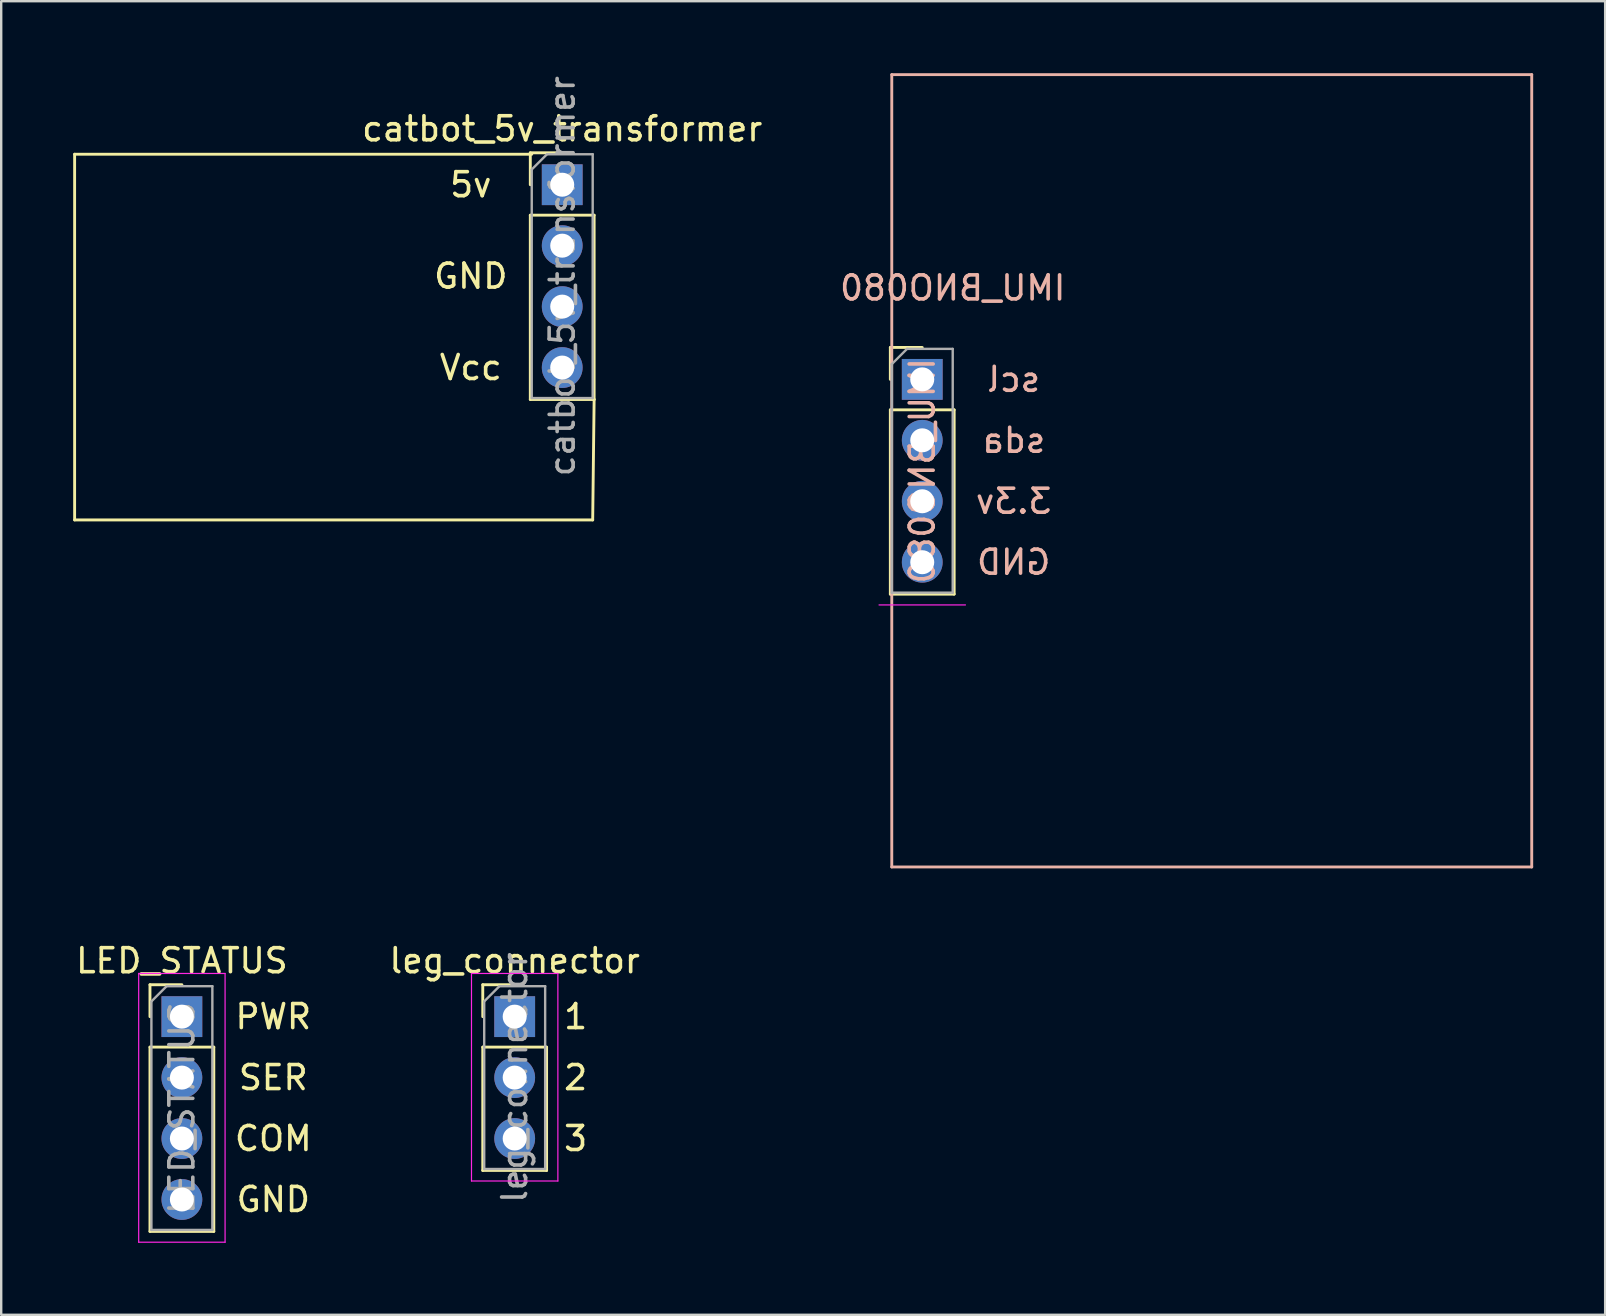
<source format=kicad_pcb>
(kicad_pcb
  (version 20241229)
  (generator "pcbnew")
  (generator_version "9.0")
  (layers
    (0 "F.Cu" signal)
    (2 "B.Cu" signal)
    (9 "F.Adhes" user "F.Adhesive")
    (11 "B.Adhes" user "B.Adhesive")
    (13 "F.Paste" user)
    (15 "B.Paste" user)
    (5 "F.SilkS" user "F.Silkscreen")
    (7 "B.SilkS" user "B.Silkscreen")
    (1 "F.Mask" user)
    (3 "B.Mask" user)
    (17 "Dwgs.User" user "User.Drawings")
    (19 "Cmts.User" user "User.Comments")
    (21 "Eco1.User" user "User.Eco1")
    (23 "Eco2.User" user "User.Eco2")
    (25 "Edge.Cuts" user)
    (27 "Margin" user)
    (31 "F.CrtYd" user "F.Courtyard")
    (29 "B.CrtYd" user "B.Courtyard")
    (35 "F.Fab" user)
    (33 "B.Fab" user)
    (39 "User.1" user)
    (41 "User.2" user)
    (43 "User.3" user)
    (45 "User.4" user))
  (footprint "LED_STATUS"
    (layer "F.Cu")
    (at 4.53 39.318)
    (property "Reference" "LED_STATUS" (at 0 -2.33 0) (layer "F.SilkS") (effects (font (size 1 1) (thickness 0.15))))
    (attr through_hole)
    (fp_line (start -1.33 -1.33) (end 0 -1.33) (stroke (width 0.12) (type solid)) (layer "F.SilkS"))
    (fp_line (start -1.33 0) (end -1.33 -1.33) (stroke (width 0.12) (type solid)) (layer "F.SilkS"))
    (fp_line (start -1.33 1.27) (end -1.33 8.95) (stroke (width 0.12) (type solid)) (layer "F.SilkS"))
    (fp_line (start -1.33 1.27) (end 1.33 1.27) (stroke (width 0.12) (type solid)) (layer "F.SilkS"))
    (fp_line (start -1.33 8.95) (end 1.33 8.95) (stroke (width 0.12) (type solid)) (layer "F.SilkS"))
    (fp_line (start 1.33 1.27) (end 1.33 8.95) (stroke (width 0.12) (type solid)) (layer "F.SilkS"))
    (fp_line (start -1.8 -1.8) (end -1.8 9.4) (stroke (width 0.05) (type solid)) (layer "F.CrtYd"))
    (fp_line (start -1.8 9.4) (end 1.8 9.4) (stroke (width 0.05) (type solid)) (layer "F.CrtYd"))
    (fp_line (start 1.8 -1.8) (end -1.8 -1.8) (stroke (width 0.05) (type solid)) (layer "F.CrtYd"))
    (fp_line (start 1.8 9.4) (end 1.8 -1.8) (stroke (width 0.05) (type solid)) (layer "F.CrtYd"))
    (fp_line (start -1.27 -0.635) (end -0.635 -1.27) (stroke (width 0.1) (type solid)) (layer "F.Fab"))
    (fp_line (start -1.27 8.89) (end -1.27 -0.635) (stroke (width 0.1) (type solid)) (layer "F.Fab"))
    (fp_line (start -0.635 -1.27) (end 1.27 -1.27) (stroke (width 0.1) (type solid)) (layer "F.Fab"))
    (fp_line (start 1.27 -1.27) (end 1.27 8.89) (stroke (width 0.1) (type solid)) (layer "F.Fab"))
    (fp_line (start 1.27 8.89) (end -1.27 8.89) (stroke (width 0.1) (type solid)) (layer "F.Fab"))
    (fp_text user "SER" (at 3.81 2.54 0) (layer "F.SilkS") (effects (font (size 1 1) (thickness 0.15))))
    (fp_text user "COM" (at 3.81 5.08 0) (layer "F.SilkS") (effects (font (size 1 1) (thickness 0.15))))
    (fp_text user "PWR" (at 3.81 0 0) (layer "F.SilkS") (effects (font (size 1 1) (thickness 0.15))))
    (fp_text user "GND" (at 3.81 7.62 0) (layer "F.SilkS") (effects (font (size 1 1) (thickness 0.15))))
    (fp_text user "${REFERENCE}" (at 0 3.81 90) (layer "F.Fab") (effects (font (size 1 1) (thickness 0.15))))
    (pad "1" thru_hole rect (at 0 0) (size 1.7 1.7) (drill 1) (layers "*.Cu" "*.Mask"))
    (pad "2" thru_hole oval (at 0 2.54) (size 1.7 1.7) (drill 1) (layers "*.Cu" "*.Mask"))
    (pad "3" thru_hole oval (at 0 5.08) (size 1.7 1.7) (drill 1) (layers "*.Cu" "*.Mask"))
    (pad "4" thru_hole oval (at 0 7.62) (size 1.7 1.7) (drill 1) (layers "*.Cu" "*.Mask")))
  (footprint "IMU_BNO080"
    (layer "F.Cu")
    (at 35.384 12.76)
    (property "Reference" "IMU_BNO080" (at 1.27 -3.81 0) (layer "B.SilkS") (effects (font (size 1 1) (thickness 0.15)) (justify mirror)))
    (attr through_hole)
    (fp_line (start -1.33 -1.33) (end 0 -1.33) (stroke (width 0.12) (type solid)) (layer "F.SilkS"))
    (fp_line (start -1.33 0) (end -1.33 -1.33) (stroke (width 0.12) (type solid)) (layer "F.SilkS"))
    (fp_line (start -1.33 1.27) (end -1.33 8.95) (stroke (width 0.12) (type solid)) (layer "F.SilkS"))
    (fp_line (start -1.33 1.27) (end 1.33 1.27) (stroke (width 0.12) (type solid)) (layer "F.SilkS"))
    (fp_line (start -1.33 8.95) (end 1.33 8.95) (stroke (width 0.12) (type solid)) (layer "F.SilkS"))
    (fp_line (start 1.33 1.27) (end 1.33 8.95) (stroke (width 0.12) (type solid)) (layer "F.SilkS"))
    (fp_line (start -1.27 -12.7) (end -1.27 20.32) (stroke (width 0.12) (type solid)) (layer "B.SilkS"))
    (fp_line (start -1.27 20.32) (end 25.4 20.32) (stroke (width 0.12) (type solid)) (layer "B.SilkS"))
    (fp_line (start 25.4 -12.7) (end -1.27 -12.7) (stroke (width 0.12) (type solid)) (layer "B.SilkS"))
    (fp_line (start 25.4 20.32) (end 25.4 -12.7) (stroke (width 0.12) (type solid)) (layer "B.SilkS"))
    (fp_line (start -1.8 9.4) (end 1.8 9.4) (stroke (width 0.05) (type solid)) (layer "F.CrtYd"))
    (fp_line (start -1.27 -0.635) (end -0.635 -1.27) (stroke (width 0.1) (type solid)) (layer "F.Fab"))
    (fp_line (start -1.27 8.89) (end -1.27 -0.635) (stroke (width 0.1) (type solid)) (layer "F.Fab"))
    (fp_line (start -0.635 -1.27) (end 1.27 -1.27) (stroke (width 0.1) (type solid)) (layer "F.Fab"))
    (fp_line (start 1.27 -1.27) (end 1.27 8.89) (stroke (width 0.1) (type solid)) (layer "F.Fab"))
    (fp_line (start 1.27 8.89) (end -1.27 8.89) (stroke (width 0.1) (type solid)) (layer "F.Fab"))
    (fp_text user "sda" (at 3.81 2.54 0) (layer "B.SilkS") (effects (font (size 1 1) (thickness 0.15)) (justify mirror)))
    (fp_text user "${REFERENCE}" (at 0 3.81 90) (layer "B.SilkS") (effects (font (size 1 1) (thickness 0.15)) (justify mirror)))
    (fp_text user "3.3v" (at 3.81 5.08 0) (layer "B.SilkS") (effects (font (size 1 1) (thickness 0.15)) (justify mirror)))
    (fp_text user "GND" (at 3.81 7.62 0) (layer "B.SilkS") (effects (font (size 1 1) (thickness 0.15)) (justify mirror)))
    (fp_text user "scl" (at 3.81 0 0) (layer "B.SilkS") (effects (font (size 1 1) (thickness 0.15)) (justify mirror)))
    (pad "1" thru_hole rect (at 0 0) (size 1.7 1.7) (drill 1) (layers "*.Cu" "*.Mask"))
    (pad "2" thru_hole oval (at 0 2.54) (size 1.7 1.7) (drill 1) (layers "*.Cu" "*.Mask"))
    (pad "3" thru_hole oval (at 0 5.08) (size 1.7 1.7) (drill 1) (layers "*.Cu" "*.Mask"))
    (pad "4" thru_hole oval (at 0 7.62) (size 1.7 1.7) (drill 1) (layers "*.Cu" "*.Mask")))
  (footprint "leg_connector"
    (layer "F.Cu")
    (at 18.399 39.318)
    (property "Reference" "leg_connector" (at 0 -2.33 0) (layer "F.SilkS") (effects (font (size 1 1) (thickness 0.15))))
    (attr through_hole)
    (fp_line (start -1.33 -1.33) (end 0 -1.33) (stroke (width 0.12) (type solid)) (layer "F.SilkS"))
    (fp_line (start -1.33 0) (end -1.33 -1.33) (stroke (width 0.12) (type solid)) (layer "F.SilkS"))
    (fp_line (start -1.33 1.27) (end -1.33 6.41) (stroke (width 0.12) (type solid)) (layer "F.SilkS"))
    (fp_line (start -1.33 1.27) (end 1.33 1.27) (stroke (width 0.12) (type solid)) (layer "F.SilkS"))
    (fp_line (start -1.33 6.41) (end 1.33 6.41) (stroke (width 0.12) (type solid)) (layer "F.SilkS"))
    (fp_line (start 1.33 1.27) (end 1.33 6.41) (stroke (width 0.12) (type solid)) (layer "F.SilkS"))
    (fp_line (start -1.8 -1.8) (end -1.8 6.85) (stroke (width 0.05) (type solid)) (layer "F.CrtYd"))
    (fp_line (start -1.8 6.85) (end 1.8 6.85) (stroke (width 0.05) (type solid)) (layer "F.CrtYd"))
    (fp_line (start 1.8 -1.8) (end -1.8 -1.8) (stroke (width 0.05) (type solid)) (layer "F.CrtYd"))
    (fp_line (start 1.8 6.85) (end 1.8 -1.8) (stroke (width 0.05) (type solid)) (layer "F.CrtYd"))
    (fp_line (start -1.27 -0.635) (end -0.635 -1.27) (stroke (width 0.1) (type solid)) (layer "F.Fab"))
    (fp_line (start -1.27 6.35) (end -1.27 -0.635) (stroke (width 0.1) (type solid)) (layer "F.Fab"))
    (fp_line (start -0.635 -1.27) (end 1.27 -1.27) (stroke (width 0.1) (type solid)) (layer "F.Fab"))
    (fp_line (start 1.27 -1.27) (end 1.27 6.35) (stroke (width 0.1) (type solid)) (layer "F.Fab"))
    (fp_line (start 1.27 6.35) (end -1.27 6.35) (stroke (width 0.1) (type solid)) (layer "F.Fab"))
    (fp_text user "1" (at 2.54 0 0) (layer "F.SilkS") (effects (font (size 1 1) (thickness 0.15))))
    (fp_text user "2" (at 2.54 2.54 0) (layer "F.SilkS") (effects (font (size 1 1) (thickness 0.15))))
    (fp_text user "3" (at 2.54 5.08 0) (layer "F.SilkS") (effects (font (size 1 1) (thickness 0.15))))
    (fp_text user "${REFERENCE}" (at 0 2.54 90) (layer "F.Fab") (effects (font (size 1 1) (thickness 0.15))))
    (pad "1" thru_hole rect (at 0 0) (size 1.7 1.7) (drill 1) (layers "*.Cu" "*.Mask"))
    (pad "2" thru_hole oval (at 0 2.54) (size 1.7 1.7) (drill 1) (layers "*.Cu" "*.Mask"))
    (pad "3" thru_hole oval (at 0 5.08) (size 1.7 1.7) (drill 1) (layers "*.Cu" "*.Mask")))
  (footprint "catbot_5v_transformer"
    (layer "F.Cu")
    (at 20.38 4.648)
    (property "Reference" "catbot_5v_transformer" (at 0 -2.33 0) (layer "F.SilkS") (effects (font (size 1 1) (thickness 0.15))))
    (attr through_hole)
    (fp_line (start -20.32 -1.27) (end -1.27 -1.27) (stroke (width 0.12) (type solid)) (layer "F.SilkS"))
    (fp_line (start -20.32 13.97) (end -20.32 -1.27) (stroke (width 0.12) (type solid)) (layer "F.SilkS"))
    (fp_line (start -1.33 -1.33) (end 0 -1.33) (stroke (width 0.12) (type solid)) (layer "F.SilkS"))
    (fp_line (start -1.33 0) (end -1.33 -1.33) (stroke (width 0.12) (type solid)) (layer "F.SilkS"))
    (fp_line (start -1.33 1.27) (end -1.33 8.95) (stroke (width 0.12) (type solid)) (layer "F.SilkS"))
    (fp_line (start -1.33 1.27) (end 1.33 1.27) (stroke (width 0.12) (type solid)) (layer "F.SilkS"))
    (fp_line (start -1.33 8.95) (end 1.33 8.95) (stroke (width 0.12) (type solid)) (layer "F.SilkS"))
    (fp_line (start 1.27 13.97) (end -20.32 13.97) (stroke (width 0.12) (type solid)) (layer "F.SilkS"))
    (fp_line (start 1.33 1.27) (end 1.33 8.95) (stroke (width 0.12) (type solid)) (layer "F.SilkS"))
    (fp_line (start 1.33 8.95) (end 1.27 13.97) (stroke (width 0.12) (type solid)) (layer "F.SilkS"))
    (fp_line (start -1.27 -0.635) (end -0.635 -1.27) (stroke (width 0.1) (type solid)) (layer "F.Fab"))
    (fp_line (start -1.27 8.89) (end -1.27 -0.635) (stroke (width 0.1) (type solid)) (layer "F.Fab"))
    (fp_line (start -0.635 -1.27) (end 1.27 -1.27) (stroke (width 0.1) (type solid)) (layer "F.Fab"))
    (fp_line (start 1.27 -1.27) (end 1.27 8.89) (stroke (width 0.1) (type solid)) (layer "F.Fab"))
    (fp_line (start 1.27 8.89) (end -1.27 8.89) (stroke (width 0.1) (type solid)) (layer "F.Fab"))
    (fp_text user "GND" (at -3.81 3.81 0) (layer "F.SilkS") (effects (font (size 1 1) (thickness 0.15))))
    (fp_text user "Vcc" (at -3.81 7.62 0) (layer "F.SilkS") (effects (font (size 1 1) (thickness 0.15))))
    (fp_text user "5v" (at -3.81 0 0) (layer "F.SilkS") (effects (font (size 1 1) (thickness 0.15))))
    (fp_text user "${REFERENCE}" (at 0 3.81 90) (layer "F.Fab") (effects (font (size 1 1) (thickness 0.15))))
    (pad "1" thru_hole rect (at 0 0) (size 1.7 1.7) (drill 1) (layers "*.Cu" "*.Mask"))
    (pad "2" thru_hole oval (at 0 2.54) (size 1.7 1.7) (drill 1) (layers "*.Cu" "*.Mask"))
    (pad "3" thru_hole oval (at 0 5.08) (size 1.7 1.7) (drill 1) (layers "*.Cu" "*.Mask"))
    (pad "4" thru_hole oval (at 0 7.62) (size 1.7 1.7) (drill 1) (layers "*.Cu" "*.Mask")))
  (gr_rect
    (start -3 -3)
    (end 63.844 51.743)
    (stroke (width 0.1) (type default))
    (fill no)
    (layer "Edge.Cuts")))
</source>
